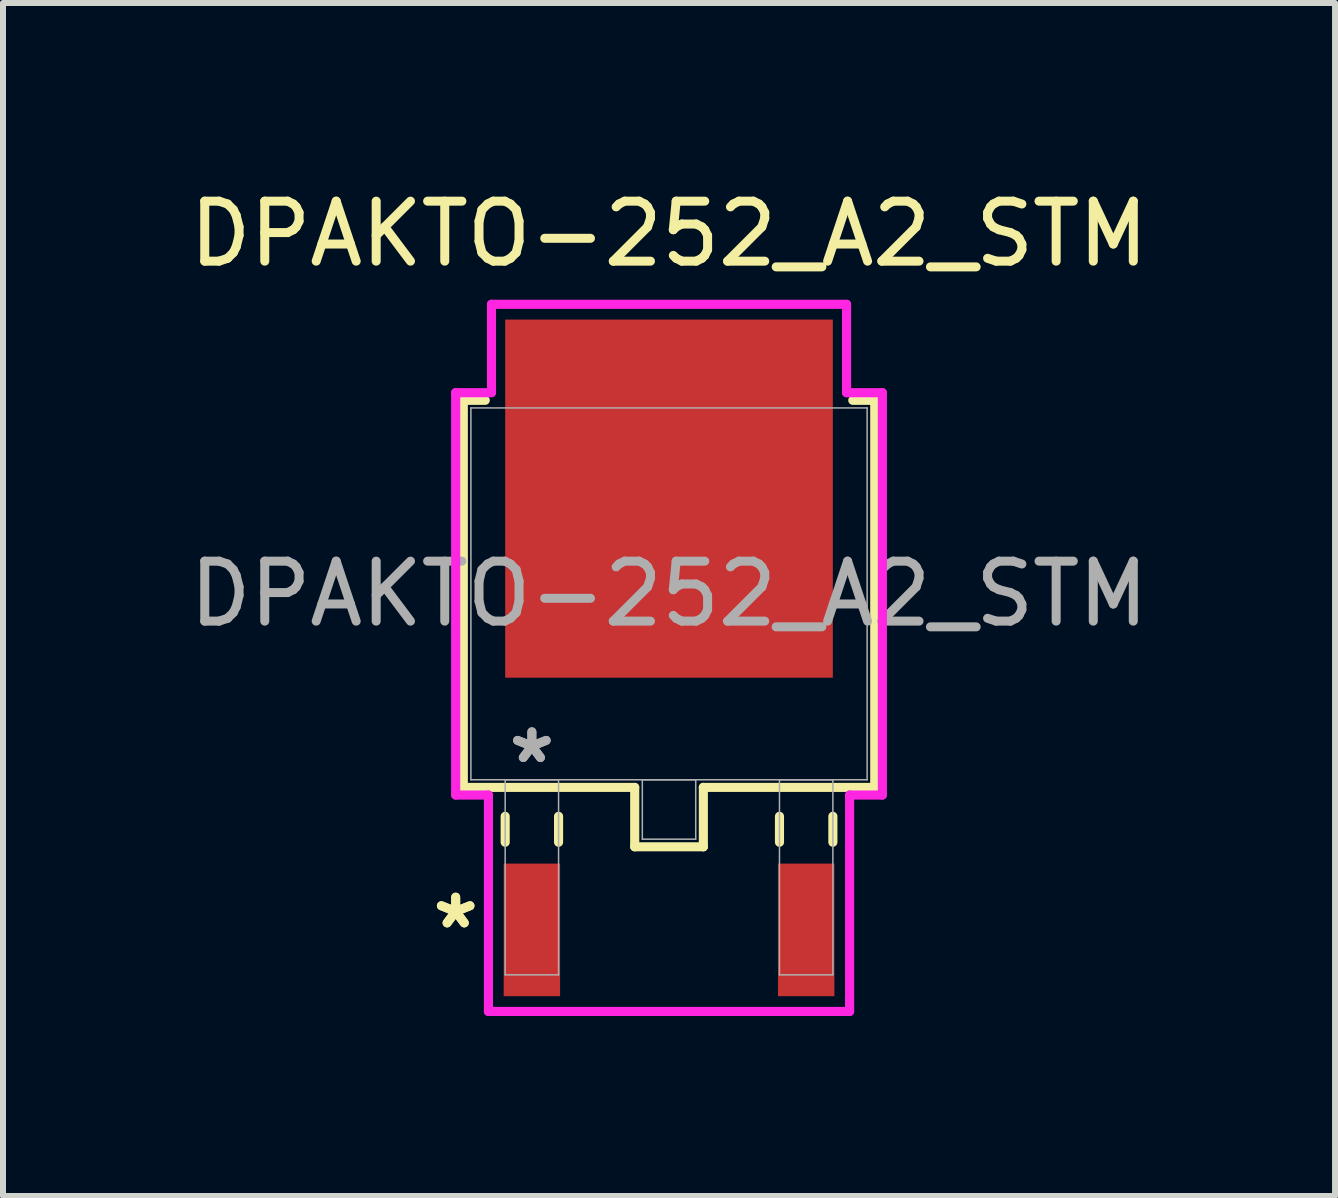
<source format=kicad_pcb>
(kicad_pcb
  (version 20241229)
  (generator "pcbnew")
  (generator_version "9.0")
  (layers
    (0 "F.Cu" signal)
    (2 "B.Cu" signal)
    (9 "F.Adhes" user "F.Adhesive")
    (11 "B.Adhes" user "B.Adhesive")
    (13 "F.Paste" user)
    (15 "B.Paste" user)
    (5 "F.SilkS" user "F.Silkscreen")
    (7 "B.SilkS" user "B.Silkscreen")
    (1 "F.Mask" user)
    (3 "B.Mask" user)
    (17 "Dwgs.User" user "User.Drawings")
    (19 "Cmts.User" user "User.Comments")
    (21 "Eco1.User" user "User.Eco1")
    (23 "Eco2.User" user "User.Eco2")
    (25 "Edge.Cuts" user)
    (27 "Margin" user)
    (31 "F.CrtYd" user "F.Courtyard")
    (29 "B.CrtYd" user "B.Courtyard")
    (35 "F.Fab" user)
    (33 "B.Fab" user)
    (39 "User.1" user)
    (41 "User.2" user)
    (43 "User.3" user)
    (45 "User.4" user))
  (footprint "DPAKTO-252_A2_STM"
    (layer "F.Cu")
    (at 8.101 6.848)
    (property "Reference" "DPAKTO-252_A2_STM" (at 0 -6 0) (unlocked yes) (layer "F.SilkS") (effects (font (size 1 1) (thickness 0.15))))
    (attr smd)
    (fp_line (start -3.429 -3.226) (end -3.429 3.226) (stroke (width 0.152) (type solid)) (layer "F.SilkS"))
    (fp_line (start -3.429 3.226) (end -0.572 3.226) (stroke (width 0.152) (type solid)) (layer "F.SilkS"))
    (fp_line (start -3.063 -3.226) (end -3.429 -3.226) (stroke (width 0.152) (type solid)) (layer "F.SilkS"))
    (fp_line (start -2.731 3.708) (end -2.731 4.14) (stroke (width 0.152) (type solid)) (layer "F.SilkS"))
    (fp_line (start -1.841 3.708) (end -1.841 4.14) (stroke (width 0.152) (type solid)) (layer "F.SilkS"))
    (fp_line (start -0.572 3.226) (end -0.572 4.216) (stroke (width 0.152) (type solid)) (layer "F.SilkS"))
    (fp_line (start -0.572 4.216) (end 0.572 4.216) (stroke (width 0.152) (type solid)) (layer "F.SilkS"))
    (fp_line (start 0.572 3.226) (end 3.429 3.226) (stroke (width 0.152) (type solid)) (layer "F.SilkS"))
    (fp_line (start 0.572 4.216) (end 0.572 3.226) (stroke (width 0.152) (type solid)) (layer "F.SilkS"))
    (fp_line (start 1.841 3.708) (end 1.841 4.14) (stroke (width 0.152) (type solid)) (layer "F.SilkS"))
    (fp_line (start 2.731 3.708) (end 2.731 4.14) (stroke (width 0.152) (type solid)) (layer "F.SilkS"))
    (fp_line (start 3.429 -3.226) (end 3.063 -3.226) (stroke (width 0.152) (type solid)) (layer "F.SilkS"))
    (fp_line (start 3.429 3.226) (end 3.429 -3.226) (stroke (width 0.152) (type solid)) (layer "F.SilkS"))
    (fp_line (start -3.556 -3.353) (end -2.959 -3.353) (stroke (width 0.152) (type solid)) (layer "F.CrtYd"))
    (fp_line (start -3.556 3.353) (end -3.556 -3.353) (stroke (width 0.152) (type solid)) (layer "F.CrtYd"))
    (fp_line (start -3.01 3.353) (end -3.556 3.353) (stroke (width 0.152) (type solid)) (layer "F.CrtYd"))
    (fp_line (start -3.01 6.96) (end -3.01 3.353) (stroke (width 0.152) (type solid)) (layer "F.CrtYd"))
    (fp_line (start -2.959 -4.826) (end 2.959 -4.826) (stroke (width 0.152) (type solid)) (layer "F.CrtYd"))
    (fp_line (start -2.959 -3.353) (end -2.959 -4.826) (stroke (width 0.152) (type solid)) (layer "F.CrtYd"))
    (fp_line (start 2.959 -4.826) (end 2.959 -3.353) (stroke (width 0.152) (type solid)) (layer "F.CrtYd"))
    (fp_line (start 2.959 -3.353) (end 3.556 -3.353) (stroke (width 0.152) (type solid)) (layer "F.CrtYd"))
    (fp_line (start 3.01 3.353) (end 3.01 6.96) (stroke (width 0.152) (type solid)) (layer "F.CrtYd"))
    (fp_line (start 3.01 6.96) (end -3.01 6.96) (stroke (width 0.152) (type solid)) (layer "F.CrtYd"))
    (fp_line (start 3.556 -3.353) (end 3.556 3.353) (stroke (width 0.152) (type solid)) (layer "F.CrtYd"))
    (fp_line (start 3.556 3.353) (end 3.01 3.353) (stroke (width 0.152) (type solid)) (layer "F.CrtYd"))
    (fp_line (start -3.302 -3.099) (end -3.302 3.099) (stroke (width 0.025) (type solid)) (layer "F.Fab"))
    (fp_line (start -3.302 3.099) (end 3.302 3.099) (stroke (width 0.025) (type solid)) (layer "F.Fab"))
    (fp_line (start -2.731 3.099) (end -2.731 6.35) (stroke (width 0.025) (type solid)) (layer "F.Fab"))
    (fp_line (start -2.731 6.35) (end -1.841 6.35) (stroke (width 0.025) (type solid)) (layer "F.Fab"))
    (fp_line (start -1.841 3.099) (end -2.731 3.099) (stroke (width 0.025) (type solid)) (layer "F.Fab"))
    (fp_line (start -1.841 6.35) (end -1.841 3.099) (stroke (width 0.025) (type solid)) (layer "F.Fab"))
    (fp_line (start -0.445 3.099) (end -0.445 4.089) (stroke (width 0.025) (type solid)) (layer "F.Fab"))
    (fp_line (start -0.445 4.089) (end 0.445 4.089) (stroke (width 0.025) (type solid)) (layer "F.Fab"))
    (fp_line (start 0.445 3.099) (end -0.445 3.099) (stroke (width 0.025) (type solid)) (layer "F.Fab"))
    (fp_line (start 0.445 4.089) (end 0.445 3.099) (stroke (width 0.025) (type solid)) (layer "F.Fab"))
    (fp_line (start 1.841 3.099) (end 1.841 6.35) (stroke (width 0.025) (type solid)) (layer "F.Fab"))
    (fp_line (start 1.841 6.35) (end 2.731 6.35) (stroke (width 0.025) (type solid)) (layer "F.Fab"))
    (fp_line (start 2.731 3.099) (end 1.841 3.099) (stroke (width 0.025) (type solid)) (layer "F.Fab"))
    (fp_line (start 2.731 6.35) (end 2.731 3.099) (stroke (width 0.025) (type solid)) (layer "F.Fab"))
    (fp_line (start 3.302 -3.099) (end -3.302 -3.099) (stroke (width 0.025) (type solid)) (layer "F.Fab"))
    (fp_line (start 3.302 3.099) (end 3.302 -3.099) (stroke (width 0.025) (type solid)) (layer "F.Fab"))
    (fp_text user "*" (at -3.556 5.601 0) (layer "F.SilkS") (effects (font (size 1 1) (thickness 0.15))))
    (fp_text user "*" (at -3.556 5.601 0) (unlocked yes) (layer "F.SilkS") (effects (font (size 1 1) (thickness 0.15))))
    (fp_text user "*" (at -2.286 2.845 0) (layer "F.Fab") (effects (font (size 1 1) (thickness 0.15))))
    (fp_text user "${REFERENCE}" (at 0 0 0) (unlocked yes) (layer "F.Fab") (effects (font (size 1 1) (thickness 0.15))))
    (fp_text user "*" (at -2.286 2.845 0) (unlocked yes) (layer "F.Fab") (effects (font (size 1 1) (thickness 0.15))))
    (pad "1" smd rect (at -2.286 5.601) (size 0.94 2.21) (layers "F.Cu" "F.Mask" "F.Paste"))
    (pad "2" smd rect (at 0 -1.587) (size 5.461 5.969) (layers "F.Cu" "F.Mask" "F.Paste"))
    (pad "3" smd rect (at 2.286 5.601) (size 0.94 2.21) (layers "F.Cu" "F.Mask" "F.Paste")))
  (gr_rect
    (start -3 -3)
    (end 19.202 16.884)
    (stroke (width 0.1) (type default))
    (fill no)
    (layer "Edge.Cuts")))
</source>
